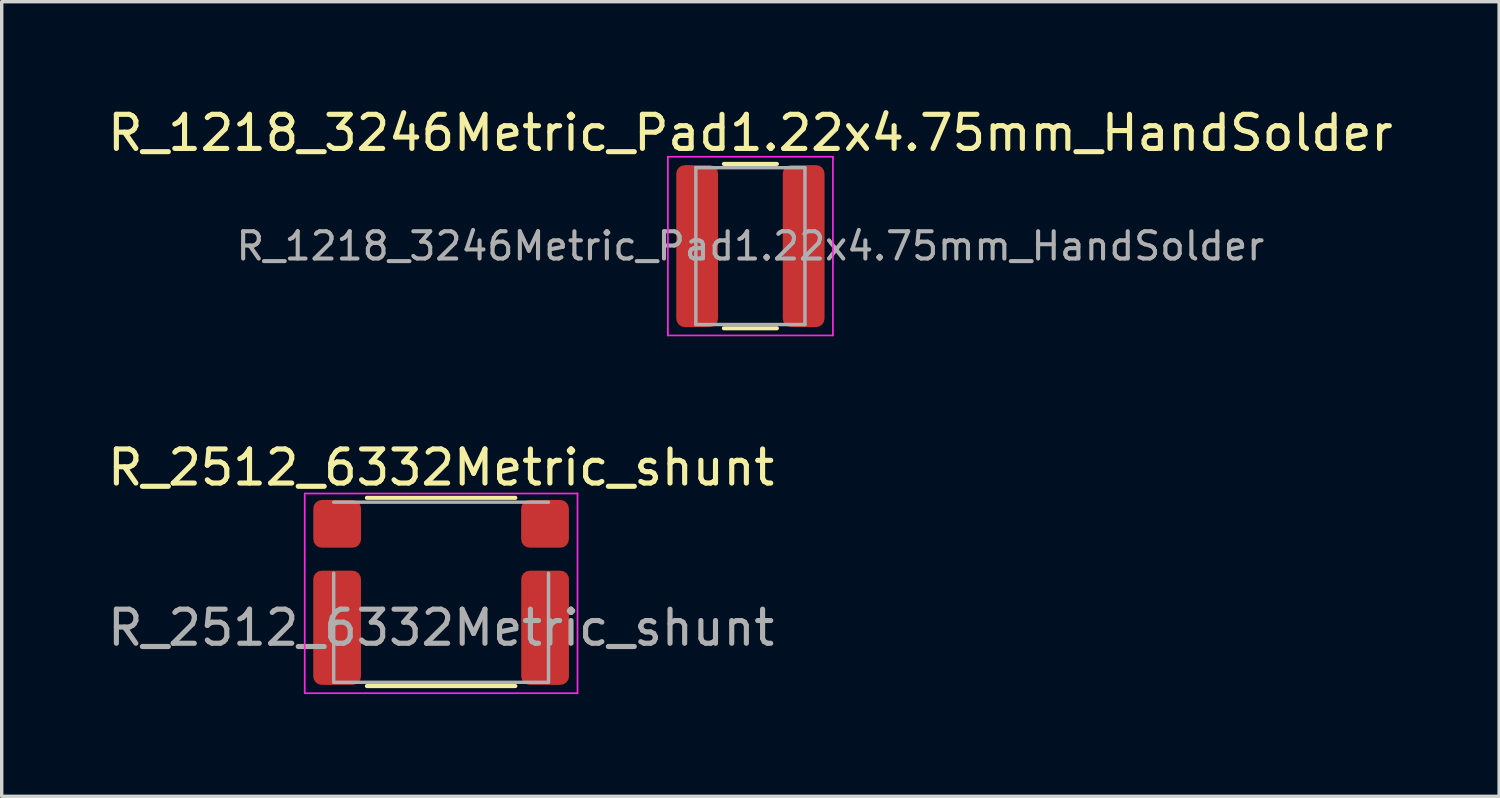
<source format=kicad_pcb>
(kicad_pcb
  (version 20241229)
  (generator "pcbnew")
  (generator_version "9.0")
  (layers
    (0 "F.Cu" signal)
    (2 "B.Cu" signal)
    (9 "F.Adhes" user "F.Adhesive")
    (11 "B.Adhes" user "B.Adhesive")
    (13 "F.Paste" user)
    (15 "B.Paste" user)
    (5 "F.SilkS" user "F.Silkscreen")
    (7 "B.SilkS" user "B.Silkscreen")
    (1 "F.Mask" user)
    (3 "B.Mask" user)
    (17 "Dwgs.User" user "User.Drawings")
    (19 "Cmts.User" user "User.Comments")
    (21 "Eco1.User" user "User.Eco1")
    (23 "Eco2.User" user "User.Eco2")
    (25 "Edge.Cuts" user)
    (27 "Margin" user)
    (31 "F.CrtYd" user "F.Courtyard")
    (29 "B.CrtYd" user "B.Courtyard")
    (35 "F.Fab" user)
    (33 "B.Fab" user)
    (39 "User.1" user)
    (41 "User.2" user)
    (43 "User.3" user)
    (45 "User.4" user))
  (footprint "R_2512_6332Metric_shunt"
    (layer "F.Cu")
    (at 9.887 15.361)
    (property "Reference" "R_2512_6332Metric_shunt" (at 0 -4.699 0) (layer "F.SilkS") (effects (font (size 1 1) (thickness 0.15))))
    (attr smd)
    (fp_line (start -2.177 -3.81) (end 2.177 -3.81) (stroke (width 0.12) (type solid)) (layer "F.SilkS"))
    (fp_line (start -2.177 1.71) (end 2.177 1.71) (stroke (width 0.12) (type solid)) (layer "F.SilkS"))
    (fp_line (start -4 -3.937) (end 4 -3.937) (stroke (width 0.05) (type solid)) (layer "F.CrtYd"))
    (fp_line (start -4 1.92) (end -4 -3.937) (stroke (width 0.05) (type solid)) (layer "F.CrtYd"))
    (fp_line (start 4 -3.937) (end 4 1.92) (stroke (width 0.05) (type solid)) (layer "F.CrtYd"))
    (fp_line (start 4 1.92) (end -4 1.92) (stroke (width 0.05) (type solid)) (layer "F.CrtYd"))
    (fp_line (start -3.15 -3.683) (end 3.15 -3.683) (stroke (width 0.1) (type solid)) (layer "F.Fab"))
    (fp_line (start -3.15 1.6) (end -3.15 -1.6) (stroke (width 0.1) (type solid)) (layer "F.Fab"))
    (fp_line (start 3.15 -1.6) (end 3.15 1.6) (stroke (width 0.1) (type solid)) (layer "F.Fab"))
    (fp_line (start 3.15 1.6) (end -3.15 1.6) (stroke (width 0.1) (type solid)) (layer "F.Fab"))
    (fp_text user "${REFERENCE}" (at 0 0 0) (layer "F.Fab") (effects (font (size 1 1) (thickness 0.15))))
    (pad "1" smd roundrect (at -3.05 0) (size 1.4 3.35) (layers "F.Cu" "F.Mask" "F.Paste") (roundrect_rratio 0.179))
    (pad "2" smd roundrect (at 3.05 0) (size 1.4 3.35) (layers "F.Cu" "F.Mask" "F.Paste") (roundrect_rratio 0.179))
    (pad "3" smd roundrect (at -3.048 -3.048) (size 1.4 1.4) (layers "F.Cu" "F.Mask" "F.Paste") (roundrect_rratio 0.179))
    (pad "4" smd roundrect (at 3.048 -3.048) (size 1.4 1.4) (layers "F.Cu" "F.Mask" "F.Paste") (roundrect_rratio 0.179)))
  (footprint "R_1218_3246Metric_Pad1.22x4.75mm_HandSolder"
    (layer "F.Cu")
    (at 18.958 4.168)
    (property "Reference" "R_1218_3246Metric_Pad1.22x4.75mm_HandSolder" (at 0 -3.32 0) (layer "F.SilkS") (effects (font (size 1 1) (thickness 0.15))))
    (attr smd)
    (fp_line (start -0.777 -2.41) (end 0.777 -2.41) (stroke (width 0.12) (type solid)) (layer "F.SilkS"))
    (fp_line (start -0.777 2.41) (end 0.777 2.41) (stroke (width 0.12) (type solid)) (layer "F.SilkS"))
    (fp_line (start -2.42 -2.62) (end 2.42 -2.62) (stroke (width 0.05) (type solid)) (layer "F.CrtYd"))
    (fp_line (start -2.42 2.62) (end -2.42 -2.62) (stroke (width 0.05) (type solid)) (layer "F.CrtYd"))
    (fp_line (start 2.42 -2.62) (end 2.42 2.62) (stroke (width 0.05) (type solid)) (layer "F.CrtYd"))
    (fp_line (start 2.42 2.62) (end -2.42 2.62) (stroke (width 0.05) (type solid)) (layer "F.CrtYd"))
    (fp_line (start -1.6 -2.3) (end 1.6 -2.3) (stroke (width 0.1) (type solid)) (layer "F.Fab"))
    (fp_line (start -1.6 2.3) (end -1.6 -2.3) (stroke (width 0.1) (type solid)) (layer "F.Fab"))
    (fp_line (start 1.6 -2.3) (end 1.6 2.3) (stroke (width 0.1) (type solid)) (layer "F.Fab"))
    (fp_line (start 1.6 2.3) (end -1.6 2.3) (stroke (width 0.1) (type solid)) (layer "F.Fab"))
    (fp_text user "${REFERENCE}" (at 0 0 0) (layer "F.Fab") (effects (font (size 0.8 0.8) (thickness 0.12))))
    (pad "1" smd roundrect (at -1.562 0) (size 1.225 4.75) (layers "F.Cu" "F.Mask" "F.Paste") (roundrect_rratio 0.204))
    (pad "2" smd roundrect (at 1.562 0) (size 1.225 4.75) (layers "F.Cu" "F.Mask" "F.Paste") (roundrect_rratio 0.204)))
  (gr_rect
    (start -3 -3)
    (end 40.917 20.305)
    (stroke (width 0.1) (type default))
    (fill no)
    (layer "Edge.Cuts")))
</source>
